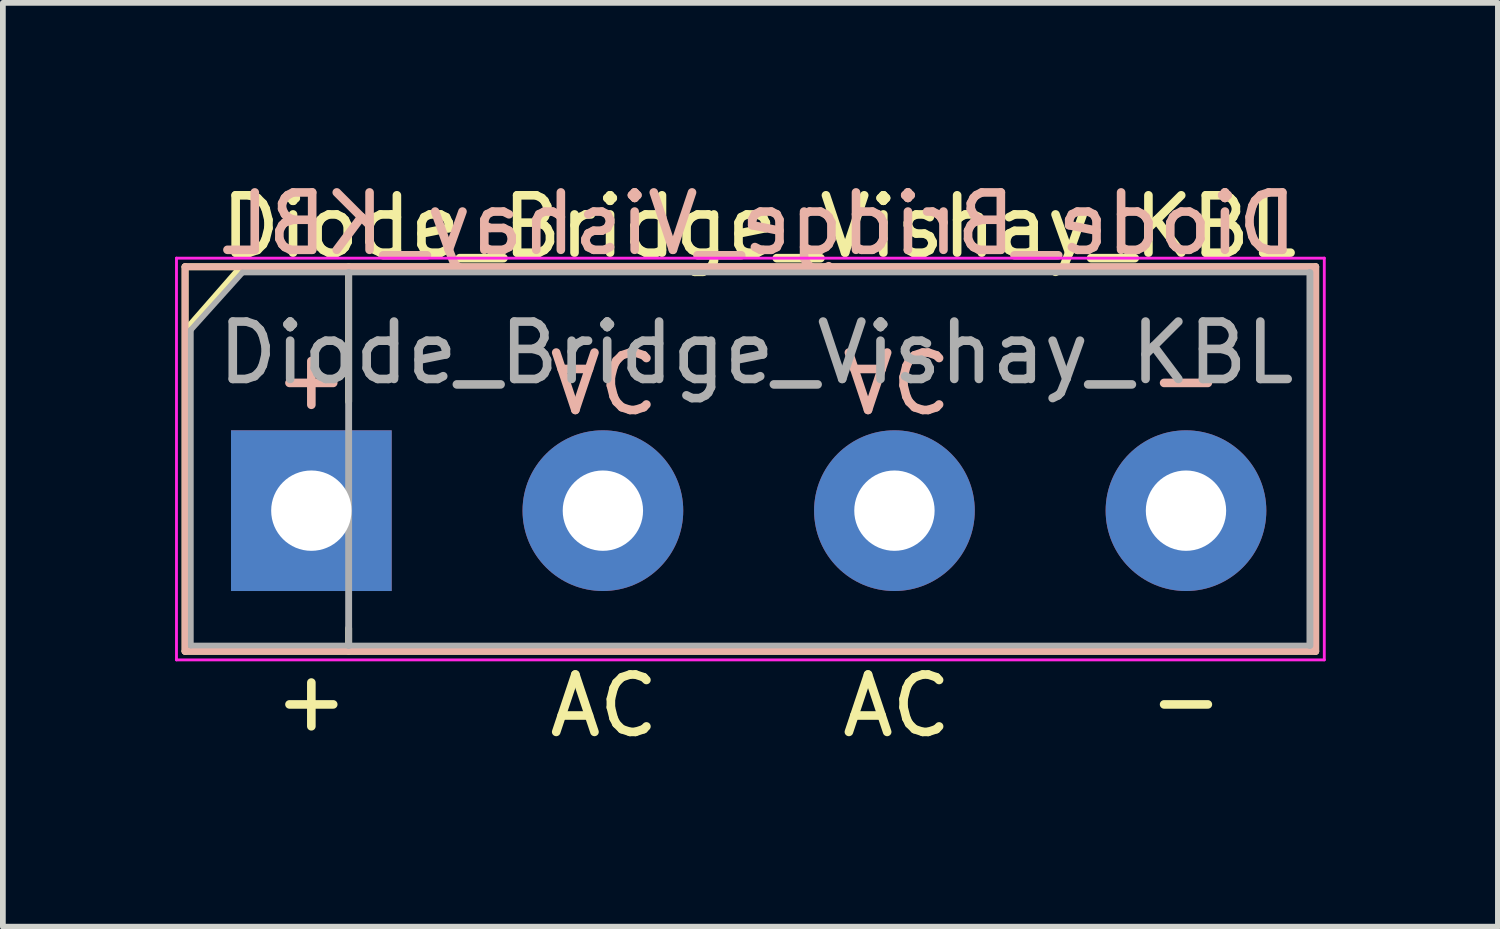
<source format=kicad_pcb>
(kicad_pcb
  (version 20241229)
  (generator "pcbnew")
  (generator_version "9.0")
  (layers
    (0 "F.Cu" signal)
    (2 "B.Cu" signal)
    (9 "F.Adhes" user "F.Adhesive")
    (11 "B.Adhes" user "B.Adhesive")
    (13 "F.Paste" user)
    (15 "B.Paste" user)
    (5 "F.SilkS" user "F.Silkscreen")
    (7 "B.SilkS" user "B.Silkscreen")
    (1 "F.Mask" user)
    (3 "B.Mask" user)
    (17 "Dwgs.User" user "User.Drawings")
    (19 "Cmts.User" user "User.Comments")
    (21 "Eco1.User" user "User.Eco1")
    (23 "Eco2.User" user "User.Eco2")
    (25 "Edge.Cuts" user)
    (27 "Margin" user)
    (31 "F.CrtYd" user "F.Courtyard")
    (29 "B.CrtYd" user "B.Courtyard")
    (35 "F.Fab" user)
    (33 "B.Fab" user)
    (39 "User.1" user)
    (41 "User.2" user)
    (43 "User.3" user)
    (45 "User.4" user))
  (footprint "Diode_Bridge_Vishay_KBL"
    (layer "F.Cu")
    (at 2.375 5.848)
    (property "Reference" "Diode_Bridge_Vishay_KBL" (at 7.8 -4.95 0) (layer "F.SilkS") (effects (font (size 1 1) (thickness 0.15))))
    (fp_line (start -2.2 -4.25) (end -2.2 2.45) (stroke (width 0.12) (type solid)) (layer "F.SilkS"))
    (fp_line (start -2.2 2.45) (end 17.5 2.45) (stroke (width 0.12) (type solid)) (layer "F.SilkS"))
    (fp_line (start -2.159 -3.175) (end -1.27 -4.191) (stroke (width 0.12) (type solid)) (layer "F.SilkS"))
    (fp_line (start 0.65 -1.9) (end 0.65 -4.25) (stroke (width 0.12) (type solid)) (layer "F.SilkS"))
    (fp_line (start 0.65 2.05) (end 0.65 2.45) (stroke (width 0.12) (type solid)) (layer "F.SilkS"))
    (fp_line (start 17.5 -4.25) (end -2.2 -4.25) (stroke (width 0.12) (type solid)) (layer "F.SilkS"))
    (fp_line (start 17.5 2.45) (end 17.5 -4.25) (stroke (width 0.12) (type solid)) (layer "F.SilkS"))
    (fp_line (start -2.2 -4.25) (end -2.2 2.45) (stroke (width 0.12) (type solid)) (layer "B.SilkS"))
    (fp_line (start -2.2 2.45) (end 17.5 2.45) (stroke (width 0.12) (type solid)) (layer "B.SilkS"))
    (fp_line (start 17.5 -4.25) (end -2.2 -4.25) (stroke (width 0.12) (type solid)) (layer "B.SilkS"))
    (fp_line (start 17.5 2.45) (end 17.5 -4.25) (stroke (width 0.12) (type solid)) (layer "B.SilkS"))
    (fp_line (start -2.35 -4.4) (end -2.35 2.6) (stroke (width 0.05) (type solid)) (layer "F.CrtYd"))
    (fp_line (start -2.35 -4.4) (end 17.65 -4.4) (stroke (width 0.05) (type solid)) (layer "F.CrtYd"))
    (fp_line (start 17.65 2.6) (end -2.35 2.6) (stroke (width 0.05) (type solid)) (layer "F.CrtYd"))
    (fp_line (start 17.65 2.6) (end 17.65 -4.4) (stroke (width 0.05) (type solid)) (layer "F.CrtYd"))
    (fp_line (start -2.1 -3.15) (end -2.1 2.35) (stroke (width 0.1) (type solid)) (layer "F.Fab"))
    (fp_line (start -2.1 2.35) (end 17.4 2.35) (stroke (width 0.1) (type solid)) (layer "F.Fab"))
    (fp_line (start -1.2 -4.15) (end -2.1 -3.15) (stroke (width 0.1) (type solid)) (layer "F.Fab"))
    (fp_line (start 0.65 -4.15) (end 0.65 2.35) (stroke (width 0.12) (type solid)) (layer "F.Fab"))
    (fp_line (start 17.4 -4.15) (end -1.2 -4.15) (stroke (width 0.1) (type solid)) (layer "F.Fab"))
    (fp_line (start 17.4 2.35) (end 17.4 -4.15) (stroke (width 0.12) (type solid)) (layer "F.Fab"))
    (fp_text user "AC" (at 5.1 3.4 0) (layer "F.SilkS") (effects (font (size 1 1) (thickness 0.15))))
    (fp_text user "-" (at 15.24 3.302 0) (layer "F.SilkS") (effects (font (size 1 1) (thickness 0.15))))
    (fp_text user "AC" (at 10.2 3.4 0) (layer "F.SilkS") (effects (font (size 1 1) (thickness 0.15))))
    (fp_text user "+" (at 0 3.302 0) (layer "F.SilkS") (effects (font (size 1 1) (thickness 0.15))))
    (fp_text user "AC" (at 10.2 -2.3 180) (unlocked yes) (layer "B.SilkS") (effects (font (size 1 1) (thickness 0.15)) (justify mirror)))
    (fp_text user "-" (at 15.24 -2.3 0) (layer "B.SilkS") (effects (font (size 1 1) (thickness 0.15)) (justify mirror)))
    (fp_text user "+" (at 0 -2.3 0) (layer "B.SilkS") (effects (font (size 1 1) (thickness 0.15)) (justify mirror)))
    (fp_text user "${REFERENCE}" (at 7.8 -5 0) (layer "B.SilkS") (effects (font (size 1 1) (thickness 0.15)) (justify mirror)))
    (fp_text user "AC" (at 5.1 -2.3 180) (unlocked yes) (layer "B.SilkS") (effects (font (size 1 1) (thickness 0.15)) (justify mirror)))
    (fp_text user "${REFERENCE}" (at 7.75 -2.75 0) (layer "F.Fab") (effects (font (size 1 1) (thickness 0.15))))
    (pad "1" thru_hole rect (at 0 0) (size 2.8 2.8) (drill 1.4) (layers "*.Cu" "*.Mask"))
    (pad "2" thru_hole circle (at 5.08 0) (size 2.8 2.8) (drill 1.4) (layers "*.Cu" "*.Mask"))
    (pad "3" thru_hole circle (at 10.16 0) (size 2.8 2.8) (drill 1.4) (layers "*.Cu" "*.Mask"))
    (pad "4" thru_hole circle (at 15.24 0) (size 2.8 2.8) (drill 1.4) (layers "*.Cu" "*.Mask")))
  (gr_rect
    (start -3 -3)
    (end 23.05 13.097)
    (stroke (width 0.1) (type default))
    (fill no)
    (layer "Edge.Cuts")))
</source>
